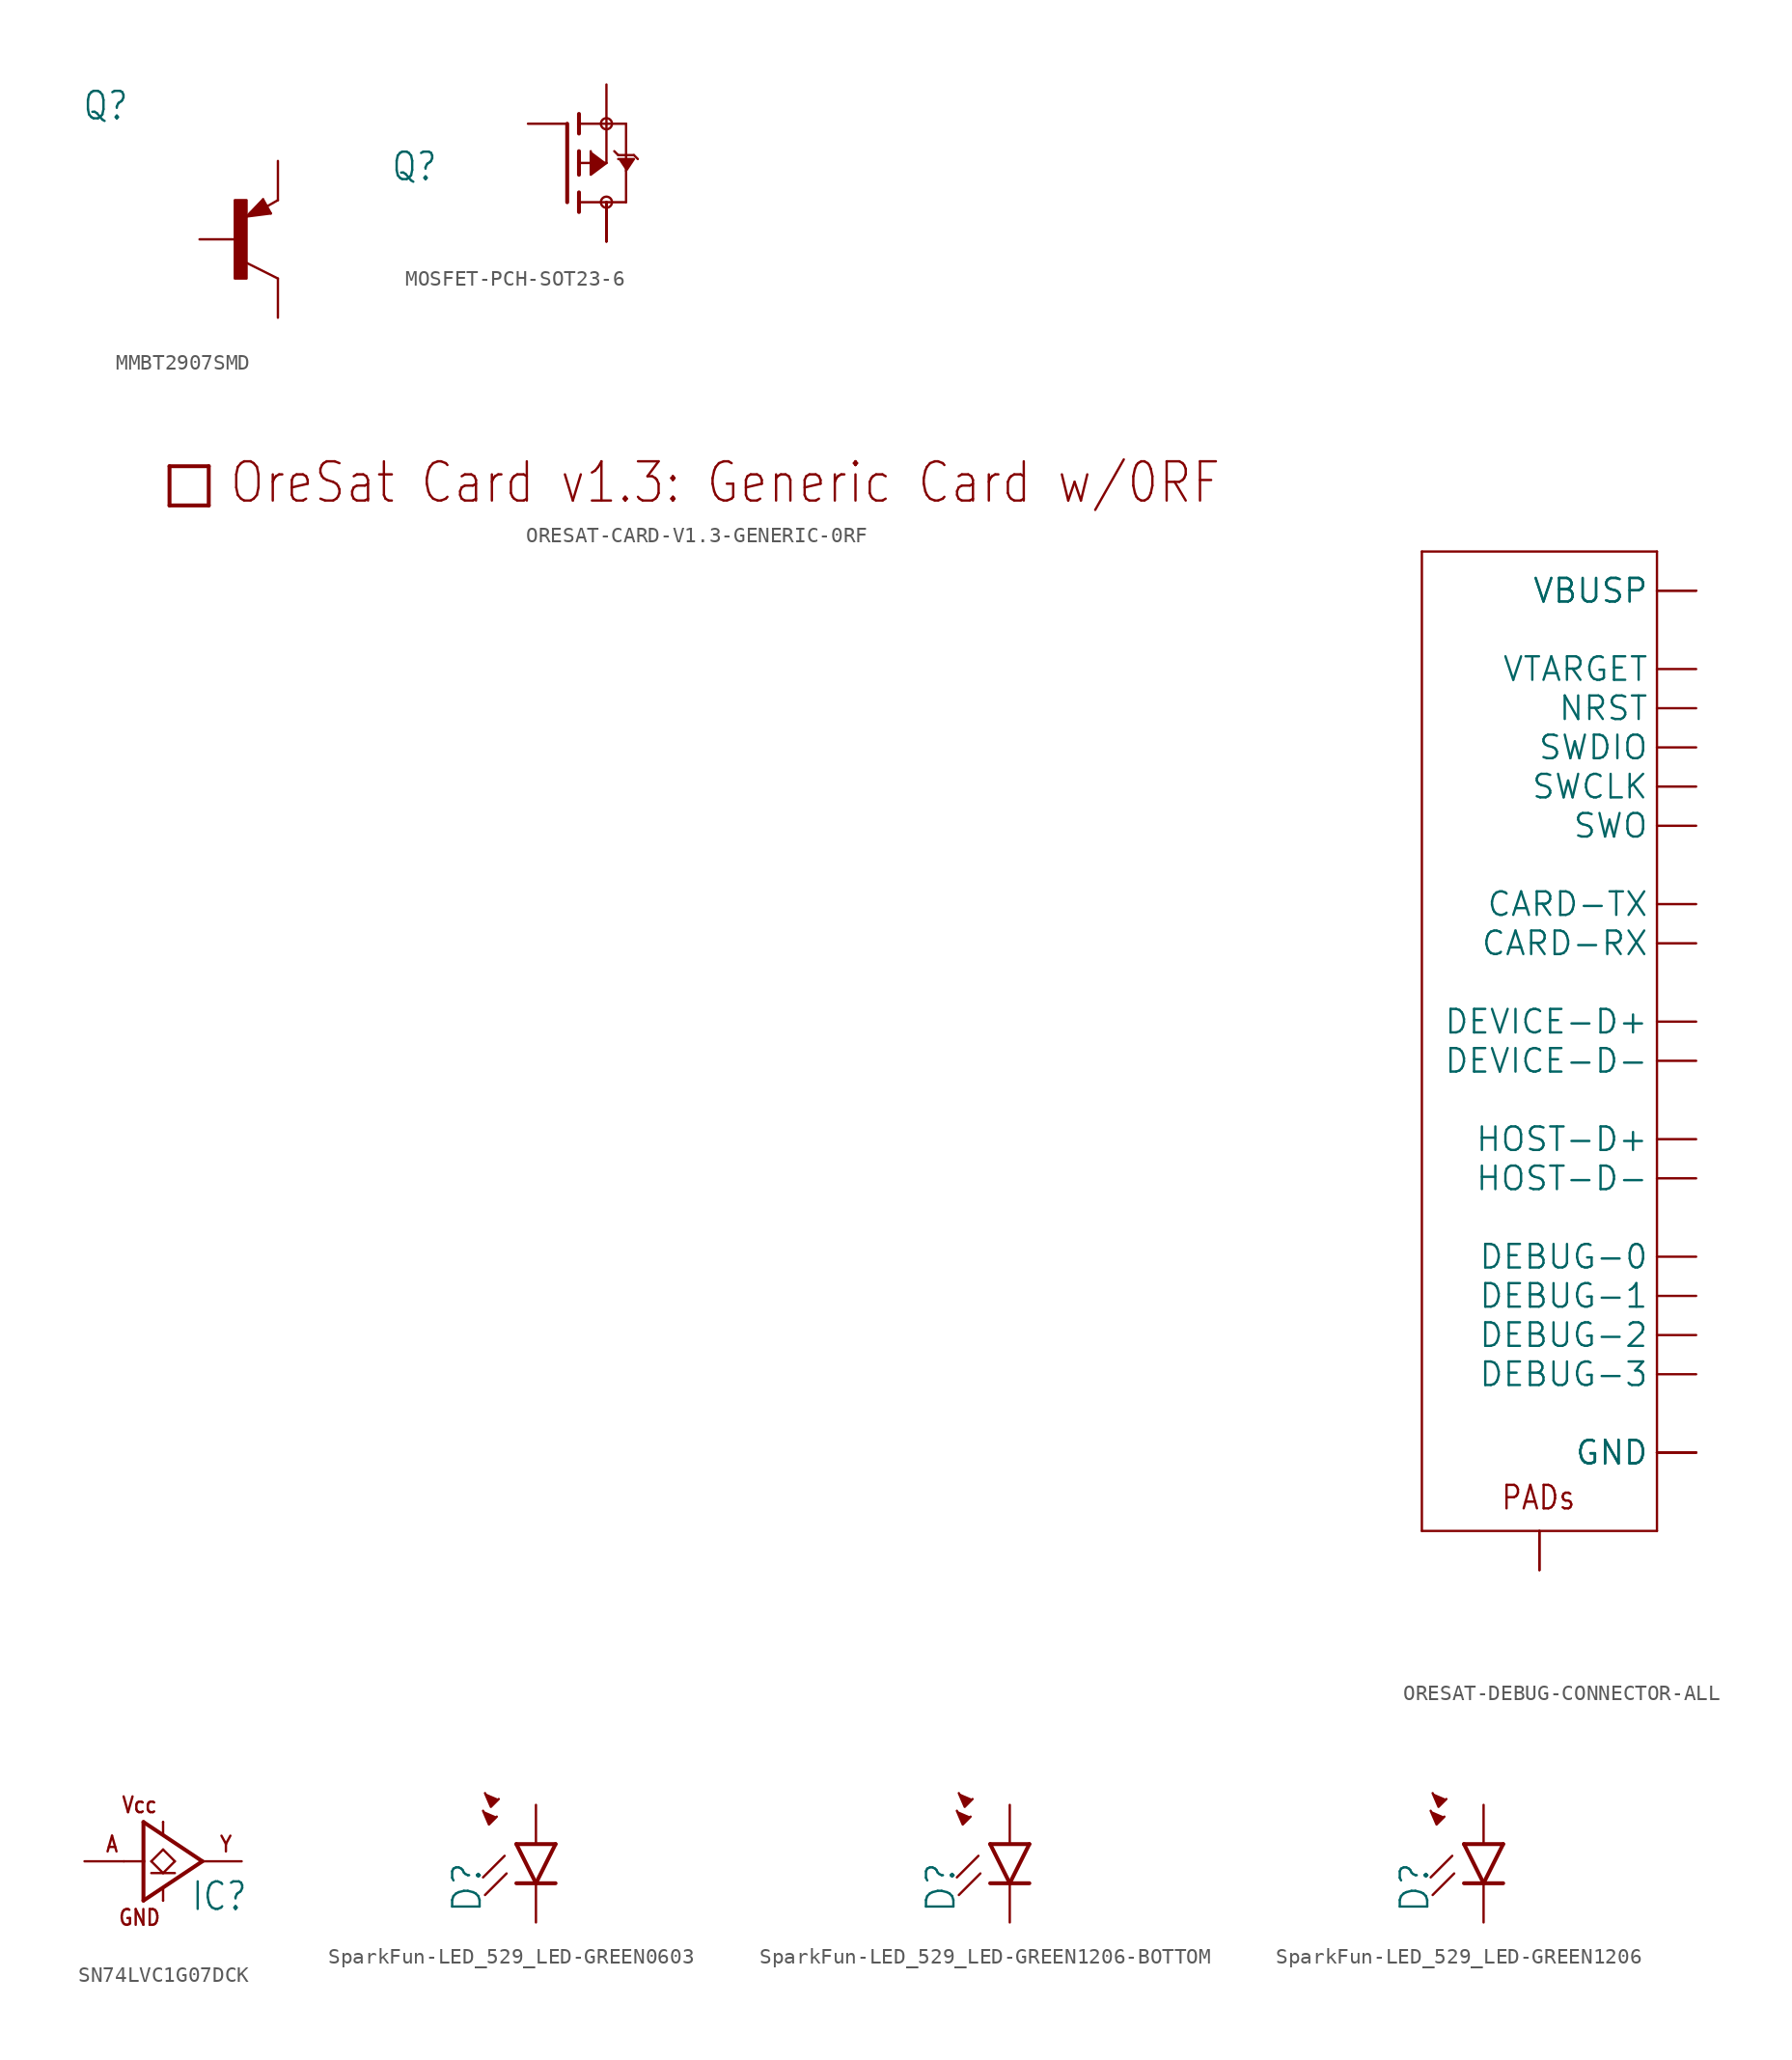
<source format=kicad_sym>
(kicad_symbol_lib
  (version 20241209)
  (generator "kicad_symbol_editor")
  (generator_version "9.0")
  (symbol "MMBT2907SMD"
    (property "Reference" "Q"
      (at -10.16 7.62 0)
      (effects (font (size 1.778 1.511)) (justify left bottom)))
    (property "Value" ""
      (at -10.16 5.08 0)
      (effects (font (size 1.778 1.511)) (justify left bottom)))
    (property "ki_locked" ""
      (at 0 0 0)
      (effects (font (size 1.27 1.27))))
    (symbol "MMBT2907SMD_1_0"
      (rectangle (start -0.254 -2.54) (end 0.508 2.54) (stroke (width 0) (type default)) (fill (type outline)))
      (polyline (pts (xy 0.516 1.478) (xy 2.086 1.678)) (stroke (width 0.152) (type solid)) (fill (type none)))
      (polyline (pts (xy 0.762 1.651) (xy 1.778 1.778)) (stroke (width 0.254) (type solid)) (fill (type none)))
      (polyline (pts (xy 1.143 1.905) (xy 1.524 1.905)) (stroke (width 0.254) (type solid)) (fill (type none)))
      (polyline (pts (xy 1.524 2.413) (xy 0.762 1.651)) (stroke (width 0.254) (type solid)) (fill (type none)))
      (polyline (pts (xy 1.524 2.159) (xy 1.143 1.905)) (stroke (width 0.254) (type solid)) (fill (type none)))
      (polyline (pts (xy 1.578 2.594) (xy 0.516 1.478)) (stroke (width 0.152) (type solid)) (fill (type none)))
      (polyline (pts (xy 1.778 1.778) (xy 1.524 2.159)) (stroke (width 0.254) (type solid)) (fill (type none)))
      (polyline (pts (xy 1.905 1.778) (xy 1.524 2.413)) (stroke (width 0.254) (type solid)) (fill (type none)))
      (polyline (pts (xy 2.086 1.678) (xy 1.578 2.594)) (stroke (width 0.152) (type solid)) (fill (type none)))
      (polyline (pts (xy 2.54 2.54) (xy 1.808 2.124)) (stroke (width 0.152) (type solid)) (fill (type none)))
      (polyline (pts (xy 2.54 -2.54) (xy 0.508 -1.524)) (stroke (width 0.152) (type solid)) (fill (type none)))
      (pin passive line (at -2.54 0 0) (length 2.54) (name "B" (effects (font (size 0 0)))) (number "B" (effects (font (size 0 0)))))
      (pin passive line (at 2.54 5.08 270) (length 2.54) (name "E" (effects (font (size 0 0)))) (number "E" (effects (font (size 0 0)))))
      (pin passive line (at 2.54 -5.08 90) (length 2.54) (name "C" (effects (font (size 0 0)))) (number "C" (effects (font (size 0 0)))))))
  (symbol "MOSFET-PCH-SOT23-6"
    (property "Reference" "Q"
      (at -11.43 -1.27 0)
      (effects (font (size 1.778 1.511)) (justify left bottom)))
    (property "Value" ""
      (at -11.43 -3.81 0)
      (effects (font (size 1.778 1.511)) (justify left bottom)))
    (property "ki_locked" ""
      (at 0 0 0)
      (effects (font (size 1.27 1.27))))
    (symbol "MOSFET-PCH-SOT23-6_1_0"
      (polyline (pts (xy 0 -2.54) (xy 0 2.54)) (stroke (width 0.254) (type solid)) (fill (type none)))
      (polyline (pts (xy 0.762 2.54) (xy 0.762 3.175)) (stroke (width 0.254) (type solid)) (fill (type none)))
      (polyline (pts (xy 0.762 1.905) (xy 0.762 2.54)) (stroke (width 0.254) (type solid)) (fill (type none)))
      (polyline (pts (xy 0.762 0) (xy 0.762 0.762)) (stroke (width 0.254) (type solid)) (fill (type none)))
      (polyline (pts (xy 0.762 0) (xy 2.54 0)) (stroke (width 0.152) (type solid)) (fill (type none)))
      (polyline (pts (xy 0.762 -0.762) (xy 0.762 0)) (stroke (width 0.254) (type solid)) (fill (type none)))
      (polyline (pts (xy 0.762 -2.54) (xy 0.762 -1.905)) (stroke (width 0.254) (type solid)) (fill (type none)))
      (polyline (pts (xy 0.762 -2.54) (xy 3.81 -2.54)) (stroke (width 0.152) (type solid)) (fill (type none)))
      (polyline (pts (xy 0.762 -3.175) (xy 0.762 -2.54)) (stroke (width 0.254) (type solid)) (fill (type none)))
      (polyline (pts (xy 2.54 2.54) (xy 0.762 2.54)) (stroke (width 0.152) (type solid)) (fill (type none)))
      (polyline (pts (xy 2.54 2.54) (xy 3.81 2.54)) (stroke (width 0.152) (type solid)) (fill (type none)))
      (circle (center 2.54 2.54) (radius 0.359) (stroke (width 0) (type solid)) (fill (type none)))
      (polyline (pts (xy 2.54 0) (xy 2.54 2.54)) (stroke (width 0.152) (type solid)) (fill (type none)))
      (polyline (pts (xy 2.54 0) (xy 1.524 -0.762) (xy 1.524 0.762)) (stroke (width 0.152) (type solid)) (fill (type outline)))
      (circle (center 2.54 -2.54) (radius 0.359) (stroke (width 0) (type solid)) (fill (type none)))
      (polyline (pts (xy 3.048 0.762) (xy 3.302 0.508)) (stroke (width 0.152) (type solid)) (fill (type none)))
      (polyline (pts (xy 3.302 0.508) (xy 3.81 0.508)) (stroke (width 0.152) (type solid)) (fill (type none)))
      (polyline (pts (xy 3.81 0.508) (xy 3.81 2.54)) (stroke (width 0.152) (type solid)) (fill (type none)))
      (polyline (pts (xy 3.81 0.508) (xy 4.318 0.508)) (stroke (width 0.152) (type solid)) (fill (type none)))
      (polyline (pts (xy 3.81 -0.508) (xy 4.318 0.254) (xy 3.302 0.254)) (stroke (width 0.152) (type solid)) (fill (type outline)))
      (polyline (pts (xy 3.81 -2.54) (xy 3.81 0.508)) (stroke (width 0.152) (type solid)) (fill (type none)))
      (polyline (pts (xy 4.318 0.508) (xy 4.572 0.254)) (stroke (width 0.152) (type solid)) (fill (type none)))
      (pin passive line (at -2.54 2.54 0) (length 2.54) (name "G" (effects (font (size 0 0)))) (number "3" (effects (font (size 0 0)))))
      (pin passive line (at 2.54 5.08 270) (length 2.54) (name "S" (effects (font (size 0 0)))) (number "4" (effects (font (size 0 0)))))
      (pin passive line (at 2.54 -5.08 90) (length 2.54) (name "D" (effects (font (size 0 0)))) (number "1" (effects (font (size 0 0)))))
      (pin passive line (at 2.54 -5.08 90) (length 2.54) (name "D" (effects (font (size 0 0)))) (number "2" (effects (font (size 0 0)))))
      (pin passive line (at 2.54 -5.08 90) (length 2.54) (name "D" (effects (font (size 0 0)))) (number "5" (effects (font (size 0 0)))))
      (pin passive line (at 2.54 -5.08 90) (length 2.54) (name "D" (effects (font (size 0 0)))) (number "6" (effects (font (size 0 0)))))))
  (symbol "ORESAT-CARD-V1.3-GENERIC-0RF"
    (property "Reference" "PCB"
      (at 0 0 0)
      (effects (font (size 1.27 1.27)) (hide yes)))
    (property "ki_locked" ""
      (at 0 0 0)
      (effects (font (size 1.27 1.27))))
    (symbol "ORESAT-CARD-V1.3-GENERIC-0RF_1_0"
      (polyline (pts (xy -1.27 1.27) (xy -1.27 -1.27)) (stroke (width 0.254) (type solid)) (fill (type none)))
      (polyline (pts (xy -1.27 -1.27) (xy 1.27 -1.27)) (stroke (width 0.254) (type solid)) (fill (type none)))
      (polyline (pts (xy 1.27 1.27) (xy -1.27 1.27)) (stroke (width 0.254) (type solid)) (fill (type none)))
      (polyline (pts (xy 1.27 -1.27) (xy 1.27 1.27)) (stroke (width 0.254) (type solid)) (fill (type none)))
      (text "OreSat Card v1.3: Generic Card w/0RF" (at 2.54 -1.27 0) (effects (font (size 2.54 2.159)) (justify left bottom)))))
  (symbol "ORESAT-DEBUG-CONNECTOR-ALL"
    (property "Reference" "J"
      (at -3.81 31.75 0)
      (effects (font (size 2.083 1.77)) (justify left bottom) (hide yes)))
    (property "ki_locked" ""
      (at 0 0 0)
      (effects (font (size 1.27 1.27))))
    (symbol "ORESAT-DEBUG-CONNECTOR-ALL_1_0"
      (polyline (pts (xy -7.62 30.48) (xy -7.62 -33.02)) (stroke (width 0.152) (type solid)) (fill (type none)))
      (polyline (pts (xy -7.62 -33.02) (xy 7.62 -33.02)) (stroke (width 0.152) (type solid)) (fill (type none)))
      (polyline (pts (xy 7.62 30.48) (xy -7.62 30.48)) (stroke (width 0.152) (type solid)) (fill (type none)))
      (polyline (pts (xy 7.62 -33.02) (xy 7.62 30.48)) (stroke (width 0.152) (type solid)) (fill (type none)))
      (text "PADs" (at -2.54 -31.75 0) (effects (font (size 1.524 1.295)) (justify left bottom)))
      (pin bidirectional line (at 0 -35.56 90) (length 2.54) (name "PAD" (effects (font (size 0 0)))) (number "PAD1" (effects (font (size 0 0)))))
      (pin bidirectional line (at 0 -35.56 90) (length 2.54) (name "PAD" (effects (font (size 0 0)))) (number "PAD2" (effects (font (size 0 0)))))
      (pin passive line (at 10.16 27.94 180) (length 2.54) (name "VBUSP" (effects (font (size 1.524 1.524)))) (number "1" (effects (font (size 0 0)))))
      (pin passive line (at 10.16 27.94 180) (length 2.54) (name "VBUSP" (effects (font (size 1.524 1.524)))) (number "2" (effects (font (size 0 0)))))
      (pin passive line (at 10.16 22.86 180) (length 2.54) (name "VTARGET" (effects (font (size 1.524 1.524)))) (number "11" (effects (font (size 0 0)))))
      (pin passive line (at 10.16 20.32 180) (length 2.54) (name "NRST" (effects (font (size 1.524 1.524)))) (number "10" (effects (font (size 0 0)))))
      (pin passive line (at 10.16 17.78 180) (length 2.54) (name "SWDIO" (effects (font (size 1.524 1.524)))) (number "14" (effects (font (size 0 0)))))
      (pin passive line (at 10.16 15.24 180) (length 2.54) (name "SWCLK" (effects (font (size 1.524 1.524)))) (number "15" (effects (font (size 0 0)))))
      (pin passive line (at 10.16 12.7 180) (length 2.54) (name "SWO" (effects (font (size 1.524 1.524)))) (number "16" (effects (font (size 0 0)))))
      (pin passive line (at 10.16 7.62 180) (length 2.54) (name "CARD-TX" (effects (font (size 1.524 1.524)))) (number "13" (effects (font (size 0 0)))))
      (pin passive line (at 10.16 5.08 180) (length 2.54) (name "CARD-RX" (effects (font (size 1.524 1.524)))) (number "12" (effects (font (size 0 0)))))
      (pin passive line (at 10.16 0 180) (length 2.54) (name "DEVICE-D+" (effects (font (size 1.524 1.524)))) (number "4" (effects (font (size 0 0)))))
      (pin passive line (at 10.16 -2.54 180) (length 2.54) (name "DEVICE-D-" (effects (font (size 1.524 1.524)))) (number "5" (effects (font (size 0 0)))))
      (pin passive line (at 10.16 -7.62 180) (length 2.54) (name "HOST-D+" (effects (font (size 1.524 1.524)))) (number "7" (effects (font (size 0 0)))))
      (pin passive line (at 10.16 -10.16 180) (length 2.54) (name "HOST-D-" (effects (font (size 1.524 1.524)))) (number "8" (effects (font (size 0 0)))))
      (pin passive line (at 10.16 -15.24 180) (length 2.54) (name "DEBUG-0" (effects (font (size 1.524 1.524)))) (number "17" (effects (font (size 0 0)))))
      (pin passive line (at 10.16 -17.78 180) (length 2.54) (name "DEBUG-1" (effects (font (size 1.524 1.524)))) (number "18" (effects (font (size 0 0)))))
      (pin passive line (at 10.16 -20.32 180) (length 2.54) (name "DEBUG-2" (effects (font (size 1.524 1.524)))) (number "19" (effects (font (size 0 0)))))
      (pin passive line (at 10.16 -22.86 180) (length 2.54) (name "DEBUG-3" (effects (font (size 1.524 1.524)))) (number "20" (effects (font (size 0 0)))))
      (pin passive line (at 10.16 -27.94 180) (length 2.54) (name "GND" (effects (font (size 1.524 1.524)))) (number "3" (effects (font (size 0 0)))))
      (pin passive line (at 10.16 -27.94 180) (length 2.54) (name "GND" (effects (font (size 1.524 1.524)))) (number "6" (effects (font (size 0 0)))))
      (pin passive line (at 10.16 -27.94 180) (length 2.54) (name "GND" (effects (font (size 1.524 1.524)))) (number "9" (effects (font (size 0 0)))))))
  (symbol "SN74LVC1G07DCK"
    (property "Reference" "IC"
      (at 1.778 -3.302 0)
      (effects (font (size 1.778 1.511)) (justify left bottom)))
    (property "Value" ""
      (at 1.778 -5.334 0)
      (effects (font (size 1.778 1.511)) (justify left bottom)))
    (property "ki_locked" ""
      (at 0 0 0)
      (effects (font (size 1.27 1.27))))
    (symbol "SN74LVC1G07DCK_1_0"
      (polyline (pts (xy -2.54 0) (xy -1.27 0)) (stroke (width 0.152) (type solid)) (fill (type none)))
      (polyline (pts (xy -1.27 2.54) (xy -1.27 0)) (stroke (width 0.254) (type solid)) (fill (type none)))
      (polyline (pts (xy -1.27 0) (xy -1.27 -2.54)) (stroke (width 0.254) (type solid)) (fill (type none)))
      (polyline (pts (xy -1.27 -2.54) (xy 2.54 0)) (stroke (width 0.254) (type solid)) (fill (type none)))
      (polyline (pts (xy -0.762 0) (xy 0 0.762)) (stroke (width 0.152) (type solid)) (fill (type none)))
      (polyline (pts (xy -0.762 -0.762) (xy 0.762 -0.762)) (stroke (width 0.152) (type solid)) (fill (type none)))
      (polyline (pts (xy 0 2.54) (xy 0 1.778)) (stroke (width 0.152) (type solid)) (fill (type none)))
      (polyline (pts (xy 0 0.762) (xy 0.762 0)) (stroke (width 0.152) (type solid)) (fill (type none)))
      (polyline (pts (xy 0 -0.762) (xy -0.762 0)) (stroke (width 0.152) (type solid)) (fill (type none)))
      (polyline (pts (xy 0 -1.778) (xy 0 -2.54)) (stroke (width 0.152) (type solid)) (fill (type none)))
      (polyline (pts (xy 0.762 0) (xy 0 -0.762)) (stroke (width 0.152) (type solid)) (fill (type none)))
      (polyline (pts (xy 2.54 0) (xy -1.27 2.54)) (stroke (width 0.254) (type solid)) (fill (type none)))
      (text "A" (at -3.302 0.508 0) (effects (font (size 1.016 0.864)) (justify bottom)))
      (text "Vcc" (at -1.524 3.048 0) (effects (font (size 1.016 0.864)) (justify bottom)))
      (text "GND" (at -1.524 -3.048 0) (effects (font (size 1.016 0.864)) (justify top)))
      (text "Y" (at 4.064 0.508 0) (effects (font (size 1.016 0.864)) (justify bottom)))
      (pin bidirectional line (at -5.08 0 0) (length 2.54) (name "A" (effects (font (size 0 0)))) (number "2" (effects (font (size 0 0)))))
      (pin bidirectional line (at 0 2.54 0) (length 0) (name "VCC" (effects (font (size 0 0)))) (number "5" (effects (font (size 0 0)))))
      (pin bidirectional line (at 0 -2.54 0) (length 0) (name "GND" (effects (font (size 0 0)))) (number "3" (effects (font (size 0 0)))))
      (pin bidirectional line (at 5.08 0 180) (length 2.54) (name "Y" (effects (font (size 0 0)))) (number "4" (effects (font (size 0 0)))))))
  (symbol "SparkFun-LED_529_LED-GREEN0603"
    (property "Reference" "D"
      (at -3.429 -4.572 90)
      (effects (font (size 1.778 1.778)) (justify left bottom)))
    (property "Value" ""
      (at 1.905 -4.572 90)
      (effects (font (size 1.778 1.778)) (justify left top)))
    (property "ki_locked" ""
      (at 0 0 0)
      (effects (font (size 1.27 1.27))))
    (symbol "SparkFun-LED_529_LED-GREEN0603_1_0"
      (polyline (pts (xy -3.429 2.159) (xy -3.048 1.27) (xy -2.54 1.778)) (stroke (width 0.152) (type solid)) (fill (type outline)))
      (polyline (pts (xy -3.302 3.302) (xy -2.921 2.413) (xy -2.413 2.921)) (stroke (width 0.152) (type solid)) (fill (type outline)))
      (polyline (pts (xy -2.032 -0.762) (xy -3.429 -2.159)) (stroke (width 0.152) (type solid)) (fill (type none)))
      (polyline (pts (xy -1.905 -1.905) (xy -3.302 -3.302)) (stroke (width 0.152) (type solid)) (fill (type none)))
      (polyline (pts (xy 0 -2.54) (xy -1.27 0)) (stroke (width 0.254) (type solid)) (fill (type none)))
      (polyline (pts (xy 0 -2.54) (xy -1.27 -2.54)) (stroke (width 0.254) (type solid)) (fill (type none)))
      (polyline (pts (xy 1.27 0) (xy -1.27 0)) (stroke (width 0.254) (type solid)) (fill (type none)))
      (polyline (pts (xy 1.27 0) (xy 0 -2.54)) (stroke (width 0.254) (type solid)) (fill (type none)))
      (polyline (pts (xy 1.27 -2.54) (xy 0 -2.54)) (stroke (width 0.254) (type solid)) (fill (type none)))
      (pin passive line (at 0 2.54 270) (length 2.54) (name "A" (effects (font (size 0 0)))) (number "A" (effects (font (size 0 0)))))
      (pin passive line (at 0 -5.08 90) (length 2.54) (name "C" (effects (font (size 0 0)))) (number "C" (effects (font (size 0 0)))))))
  (symbol "SparkFun-LED_529_LED-GREEN1206-BOTTOM"
    (property "Reference" "D"
      (at -3.429 -4.572 90)
      (effects (font (size 1.778 1.778)) (justify left bottom)))
    (property "Value" ""
      (at 1.905 -4.572 90)
      (effects (font (size 1.778 1.778)) (justify left top)))
    (property "ki_locked" ""
      (at 0 0 0)
      (effects (font (size 1.27 1.27))))
    (symbol "SparkFun-LED_529_LED-GREEN1206-BOTTOM_1_0"
      (polyline (pts (xy -3.429 2.159) (xy -3.048 1.27) (xy -2.54 1.778)) (stroke (width 0.152) (type solid)) (fill (type outline)))
      (polyline (pts (xy -3.302 3.302) (xy -2.921 2.413) (xy -2.413 2.921)) (stroke (width 0.152) (type solid)) (fill (type outline)))
      (polyline (pts (xy -2.032 -0.762) (xy -3.429 -2.159)) (stroke (width 0.152) (type solid)) (fill (type none)))
      (polyline (pts (xy -1.905 -1.905) (xy -3.302 -3.302)) (stroke (width 0.152) (type solid)) (fill (type none)))
      (polyline (pts (xy 0 -2.54) (xy -1.27 0)) (stroke (width 0.254) (type solid)) (fill (type none)))
      (polyline (pts (xy 0 -2.54) (xy -1.27 -2.54)) (stroke (width 0.254) (type solid)) (fill (type none)))
      (polyline (pts (xy 1.27 0) (xy -1.27 0)) (stroke (width 0.254) (type solid)) (fill (type none)))
      (polyline (pts (xy 1.27 0) (xy 0 -2.54)) (stroke (width 0.254) (type solid)) (fill (type none)))
      (polyline (pts (xy 1.27 -2.54) (xy 0 -2.54)) (stroke (width 0.254) (type solid)) (fill (type none)))
      (pin passive line (at 0 2.54 270) (length 2.54) (name "A" (effects (font (size 0 0)))) (number "A" (effects (font (size 0 0)))))
      (pin passive line (at 0 -5.08 90) (length 2.54) (name "C" (effects (font (size 0 0)))) (number "C" (effects (font (size 0 0)))))))
  (symbol "SparkFun-LED_529_LED-GREEN1206"
    (property "Reference" "D"
      (at -3.429 -4.572 90)
      (effects (font (size 1.778 1.778)) (justify left bottom)))
    (property "Value" ""
      (at 1.905 -4.572 90)
      (effects (font (size 1.778 1.778)) (justify left top)))
    (property "ki_locked" ""
      (at 0 0 0)
      (effects (font (size 1.27 1.27))))
    (symbol "SparkFun-LED_529_LED-GREEN1206_1_0"
      (polyline (pts (xy -3.429 2.159) (xy -3.048 1.27) (xy -2.54 1.778)) (stroke (width 0.152) (type solid)) (fill (type outline)))
      (polyline (pts (xy -3.302 3.302) (xy -2.921 2.413) (xy -2.413 2.921)) (stroke (width 0.152) (type solid)) (fill (type outline)))
      (polyline (pts (xy -2.032 -0.762) (xy -3.429 -2.159)) (stroke (width 0.152) (type solid)) (fill (type none)))
      (polyline (pts (xy -1.905 -1.905) (xy -3.302 -3.302)) (stroke (width 0.152) (type solid)) (fill (type none)))
      (polyline (pts (xy 0 -2.54) (xy -1.27 0)) (stroke (width 0.254) (type solid)) (fill (type none)))
      (polyline (pts (xy 0 -2.54) (xy -1.27 -2.54)) (stroke (width 0.254) (type solid)) (fill (type none)))
      (polyline (pts (xy 1.27 0) (xy -1.27 0)) (stroke (width 0.254) (type solid)) (fill (type none)))
      (polyline (pts (xy 1.27 0) (xy 0 -2.54)) (stroke (width 0.254) (type solid)) (fill (type none)))
      (polyline (pts (xy 1.27 -2.54) (xy 0 -2.54)) (stroke (width 0.254) (type solid)) (fill (type none)))
      (pin passive line (at 0 2.54 270) (length 2.54) (name "A" (effects (font (size 0 0)))) (number "A" (effects (font (size 0 0)))))
      (pin passive line (at 0 -5.08 90) (length 2.54) (name "C" (effects (font (size 0 0)))) (number "C" (effects (font (size 0 0))))))))
</source>
